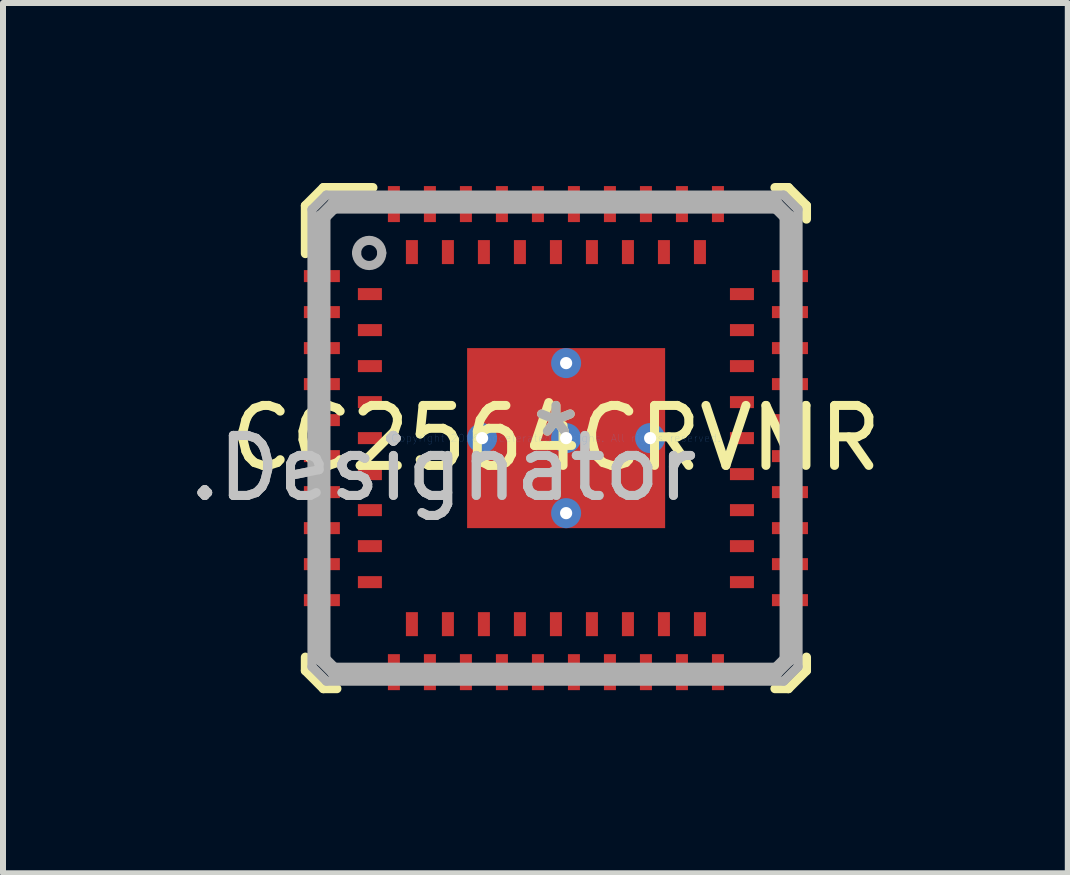
<source format=kicad_pcb>
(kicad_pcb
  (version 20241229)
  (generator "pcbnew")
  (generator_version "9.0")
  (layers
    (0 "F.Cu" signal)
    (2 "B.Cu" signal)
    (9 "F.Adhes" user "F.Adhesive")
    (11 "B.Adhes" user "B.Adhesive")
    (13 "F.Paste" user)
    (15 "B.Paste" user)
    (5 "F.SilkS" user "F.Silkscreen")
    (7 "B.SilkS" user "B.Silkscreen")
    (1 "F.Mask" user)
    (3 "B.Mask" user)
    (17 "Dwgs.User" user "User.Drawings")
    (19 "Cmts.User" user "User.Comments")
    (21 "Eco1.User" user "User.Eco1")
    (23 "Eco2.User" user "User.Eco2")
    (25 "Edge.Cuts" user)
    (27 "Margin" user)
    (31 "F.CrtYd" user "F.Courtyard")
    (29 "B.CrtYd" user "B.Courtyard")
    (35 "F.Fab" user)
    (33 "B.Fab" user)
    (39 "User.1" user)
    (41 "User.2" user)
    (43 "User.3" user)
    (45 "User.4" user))
  (footprint "CC2564CRVMR"
    (layer "F.Cu")
    (at 6.214 4.251)
    (property "Reference" "CC2564CRVMR" (at 0 0 0) (layer "F.SilkS") (effects (font (size 1 1) (thickness 0.15))))
    (attr through_hole)
    (fp_line (start -4.175 -3.875) (end -3.875 -4.175) (stroke (width 0.152) (type solid)) (layer "F.SilkS"))
    (fp_line (start -4.175 -3.075) (end -4.175 -3.875) (stroke (width 0.152) (type solid)) (layer "F.SilkS"))
    (fp_line (start -4.175 3.875) (end -4.175 3.65) (stroke (width 0.152) (type solid)) (layer "F.SilkS"))
    (fp_line (start -4.175 3.875) (end -3.875 4.175) (stroke (width 0.152) (type solid)) (layer "F.SilkS"))
    (fp_line (start -3.875 -4.175) (end -3.05 -4.175) (stroke (width 0.152) (type solid)) (layer "F.SilkS"))
    (fp_line (start -3.875 4.175) (end -3.65 4.175) (stroke (width 0.152) (type solid)) (layer "F.SilkS"))
    (fp_line (start 3.65 -4.175) (end 3.875 -4.175) (stroke (width 0.152) (type solid)) (layer "F.SilkS"))
    (fp_line (start 3.65 4.175) (end 3.875 4.175) (stroke (width 0.152) (type solid)) (layer "F.SilkS"))
    (fp_line (start 3.875 -4.175) (end 4.175 -3.875) (stroke (width 0.152) (type solid)) (layer "F.SilkS"))
    (fp_line (start 3.875 4.175) (end 4.175 3.875) (stroke (width 0.152) (type solid)) (layer "F.SilkS"))
    (fp_line (start 4.175 -3.65) (end 4.175 -3.875) (stroke (width 0.152) (type solid)) (layer "F.SilkS"))
    (fp_line (start 4.175 3.875) (end 4.175 3.65) (stroke (width 0.152) (type solid)) (layer "F.SilkS"))
    (fp_line (start -1.36 -1.358) (end -1.359 -1.368) (stroke (width 0.152) (type solid)) (layer "F.Paste"))
    (fp_line (start -1.36 -0.152) (end -1.36 -1.358) (stroke (width 0.152) (type solid)) (layer "F.Paste"))
    (fp_line (start -1.36 0.152) (end -1.359 0.142) (stroke (width 0.152) (type solid)) (layer "F.Paste"))
    (fp_line (start -1.36 1.358) (end -1.36 0.152) (stroke (width 0.152) (type solid)) (layer "F.Paste"))
    (fp_line (start -1.359 -1.368) (end -1.356 -1.378) (stroke (width 0.152) (type solid)) (layer "F.Paste"))
    (fp_line (start -1.359 -0.142) (end -1.36 -0.152) (stroke (width 0.152) (type solid)) (layer "F.Paste"))
    (fp_line (start -1.359 0.142) (end -1.356 0.132) (stroke (width 0.152) (type solid)) (layer "F.Paste"))
    (fp_line (start -1.359 1.368) (end -1.36 1.358) (stroke (width 0.152) (type solid)) (layer "F.Paste"))
    (fp_line (start -1.356 -1.378) (end -1.351 -1.387) (stroke (width 0.152) (type solid)) (layer "F.Paste"))
    (fp_line (start -1.356 -0.132) (end -1.359 -0.142) (stroke (width 0.152) (type solid)) (layer "F.Paste"))
    (fp_line (start -1.356 0.132) (end -1.351 0.123) (stroke (width 0.152) (type solid)) (layer "F.Paste"))
    (fp_line (start -1.356 1.378) (end -1.359 1.368) (stroke (width 0.152) (type solid)) (layer "F.Paste"))
    (fp_line (start -1.351 -1.387) (end -1.345 -1.395) (stroke (width 0.152) (type solid)) (layer "F.Paste"))
    (fp_line (start -1.351 -0.123) (end -1.356 -0.132) (stroke (width 0.152) (type solid)) (layer "F.Paste"))
    (fp_line (start -1.351 0.123) (end -1.345 0.115) (stroke (width 0.152) (type solid)) (layer "F.Paste"))
    (fp_line (start -1.351 1.387) (end -1.356 1.378) (stroke (width 0.152) (type solid)) (layer "F.Paste"))
    (fp_line (start -1.345 -1.395) (end -1.337 -1.401) (stroke (width 0.152) (type solid)) (layer "F.Paste"))
    (fp_line (start -1.345 -0.115) (end -1.351 -0.123) (stroke (width 0.152) (type solid)) (layer "F.Paste"))
    (fp_line (start -1.345 0.115) (end -1.337 0.109) (stroke (width 0.152) (type solid)) (layer "F.Paste"))
    (fp_line (start -1.345 1.395) (end -1.351 1.387) (stroke (width 0.152) (type solid)) (layer "F.Paste"))
    (fp_line (start -1.337 -1.401) (end -1.328 -1.406) (stroke (width 0.152) (type solid)) (layer "F.Paste"))
    (fp_line (start -1.337 -0.109) (end -1.345 -0.115) (stroke (width 0.152) (type solid)) (layer "F.Paste"))
    (fp_line (start -1.337 0.109) (end -1.328 0.104) (stroke (width 0.152) (type solid)) (layer "F.Paste"))
    (fp_line (start -1.337 1.401) (end -1.345 1.395) (stroke (width 0.152) (type solid)) (layer "F.Paste"))
    (fp_line (start -1.328 -1.406) (end -1.318 -1.409) (stroke (width 0.152) (type solid)) (layer "F.Paste"))
    (fp_line (start -1.328 -0.104) (end -1.337 -0.109) (stroke (width 0.152) (type solid)) (layer "F.Paste"))
    (fp_line (start -1.328 0.104) (end -1.318 0.101) (stroke (width 0.152) (type solid)) (layer "F.Paste"))
    (fp_line (start -1.328 1.406) (end -1.337 1.401) (stroke (width 0.152) (type solid)) (layer "F.Paste"))
    (fp_line (start -1.318 -1.409) (end -1.308 -1.41) (stroke (width 0.152) (type solid)) (layer "F.Paste"))
    (fp_line (start -1.318 -0.101) (end -1.328 -0.104) (stroke (width 0.152) (type solid)) (layer "F.Paste"))
    (fp_line (start -1.318 0.101) (end -1.308 0.1) (stroke (width 0.152) (type solid)) (layer "F.Paste"))
    (fp_line (start -1.318 1.409) (end -1.328 1.406) (stroke (width 0.152) (type solid)) (layer "F.Paste"))
    (fp_line (start -1.308 -1.41) (end 0.018 -1.41) (stroke (width 0.152) (type solid)) (layer "F.Paste"))
    (fp_line (start -1.308 -0.1) (end -1.318 -0.101) (stroke (width 0.152) (type solid)) (layer "F.Paste"))
    (fp_line (start -1.308 0.1) (end 0.018 0.1) (stroke (width 0.152) (type solid)) (layer "F.Paste"))
    (fp_line (start -1.308 1.41) (end -1.318 1.409) (stroke (width 0.152) (type solid)) (layer "F.Paste"))
    (fp_line (start 0.018 -1.41) (end 0.028 -1.409) (stroke (width 0.152) (type solid)) (layer "F.Paste"))
    (fp_line (start 0.018 -0.1) (end -1.308 -0.1) (stroke (width 0.152) (type solid)) (layer "F.Paste"))
    (fp_line (start 0.018 0.1) (end 0.028 0.101) (stroke (width 0.152) (type solid)) (layer "F.Paste"))
    (fp_line (start 0.018 1.41) (end -1.308 1.41) (stroke (width 0.152) (type solid)) (layer "F.Paste"))
    (fp_line (start 0.028 -1.409) (end 0.038 -1.406) (stroke (width 0.152) (type solid)) (layer "F.Paste"))
    (fp_line (start 0.028 -0.101) (end 0.018 -0.1) (stroke (width 0.152) (type solid)) (layer "F.Paste"))
    (fp_line (start 0.028 0.101) (end 0.038 0.104) (stroke (width 0.152) (type solid)) (layer "F.Paste"))
    (fp_line (start 0.028 1.409) (end 0.018 1.41) (stroke (width 0.152) (type solid)) (layer "F.Paste"))
    (fp_line (start 0.038 -1.406) (end 0.047 -1.401) (stroke (width 0.152) (type solid)) (layer "F.Paste"))
    (fp_line (start 0.038 -0.104) (end 0.028 -0.101) (stroke (width 0.152) (type solid)) (layer "F.Paste"))
    (fp_line (start 0.038 0.104) (end 0.047 0.109) (stroke (width 0.152) (type solid)) (layer "F.Paste"))
    (fp_line (start 0.038 1.406) (end 0.028 1.409) (stroke (width 0.152) (type solid)) (layer "F.Paste"))
    (fp_line (start 0.047 -1.401) (end 0.055 -1.395) (stroke (width 0.152) (type solid)) (layer "F.Paste"))
    (fp_line (start 0.047 -0.109) (end 0.038 -0.104) (stroke (width 0.152) (type solid)) (layer "F.Paste"))
    (fp_line (start 0.047 0.109) (end 0.055 0.115) (stroke (width 0.152) (type solid)) (layer "F.Paste"))
    (fp_line (start 0.047 1.401) (end 0.038 1.406) (stroke (width 0.152) (type solid)) (layer "F.Paste"))
    (fp_line (start 0.055 -1.395) (end 0.061 -1.387) (stroke (width 0.152) (type solid)) (layer "F.Paste"))
    (fp_line (start 0.055 -0.115) (end 0.047 -0.109) (stroke (width 0.152) (type solid)) (layer "F.Paste"))
    (fp_line (start 0.055 0.115) (end 0.061 0.123) (stroke (width 0.152) (type solid)) (layer "F.Paste"))
    (fp_line (start 0.055 1.395) (end 0.047 1.401) (stroke (width 0.152) (type solid)) (layer "F.Paste"))
    (fp_line (start 0.061 -1.387) (end 0.066 -1.378) (stroke (width 0.152) (type solid)) (layer "F.Paste"))
    (fp_line (start 0.061 -0.123) (end 0.055 -0.115) (stroke (width 0.152) (type solid)) (layer "F.Paste"))
    (fp_line (start 0.061 0.123) (end 0.066 0.132) (stroke (width 0.152) (type solid)) (layer "F.Paste"))
    (fp_line (start 0.061 1.387) (end 0.055 1.395) (stroke (width 0.152) (type solid)) (layer "F.Paste"))
    (fp_line (start 0.066 -1.378) (end 0.069 -1.368) (stroke (width 0.152) (type solid)) (layer "F.Paste"))
    (fp_line (start 0.066 -0.132) (end 0.061 -0.123) (stroke (width 0.152) (type solid)) (layer "F.Paste"))
    (fp_line (start 0.066 0.132) (end 0.069 0.142) (stroke (width 0.152) (type solid)) (layer "F.Paste"))
    (fp_line (start 0.066 1.378) (end 0.061 1.387) (stroke (width 0.152) (type solid)) (layer "F.Paste"))
    (fp_line (start 0.069 -1.368) (end 0.07 -1.358) (stroke (width 0.152) (type solid)) (layer "F.Paste"))
    (fp_line (start 0.069 -0.142) (end 0.066 -0.132) (stroke (width 0.152) (type solid)) (layer "F.Paste"))
    (fp_line (start 0.069 0.142) (end 0.07 0.152) (stroke (width 0.152) (type solid)) (layer "F.Paste"))
    (fp_line (start 0.069 1.368) (end 0.066 1.378) (stroke (width 0.152) (type solid)) (layer "F.Paste"))
    (fp_line (start 0.07 -1.358) (end 0.07 -0.152) (stroke (width 0.152) (type solid)) (layer "F.Paste"))
    (fp_line (start 0.07 -0.152) (end 0.069 -0.142) (stroke (width 0.152) (type solid)) (layer "F.Paste"))
    (fp_line (start 0.07 0.152) (end 0.07 1.358) (stroke (width 0.152) (type solid)) (layer "F.Paste"))
    (fp_line (start 0.07 1.358) (end 0.069 1.368) (stroke (width 0.152) (type solid)) (layer "F.Paste"))
    (fp_line (start 0.27 -1.358) (end 0.271 -1.368) (stroke (width 0.152) (type solid)) (layer "F.Paste"))
    (fp_line (start 0.27 -0.152) (end 0.27 -1.358) (stroke (width 0.152) (type solid)) (layer "F.Paste"))
    (fp_line (start 0.27 0.152) (end 0.271 0.142) (stroke (width 0.152) (type solid)) (layer "F.Paste"))
    (fp_line (start 0.27 1.358) (end 0.27 0.152) (stroke (width 0.152) (type solid)) (layer "F.Paste"))
    (fp_line (start 0.271 -1.368) (end 0.274 -1.378) (stroke (width 0.152) (type solid)) (layer "F.Paste"))
    (fp_line (start 0.271 -0.142) (end 0.27 -0.152) (stroke (width 0.152) (type solid)) (layer "F.Paste"))
    (fp_line (start 0.271 0.142) (end 0.274 0.132) (stroke (width 0.152) (type solid)) (layer "F.Paste"))
    (fp_line (start 0.271 1.368) (end 0.27 1.358) (stroke (width 0.152) (type solid)) (layer "F.Paste"))
    (fp_line (start 0.274 -1.378) (end 0.279 -1.387) (stroke (width 0.152) (type solid)) (layer "F.Paste"))
    (fp_line (start 0.274 -0.132) (end 0.271 -0.142) (stroke (width 0.152) (type solid)) (layer "F.Paste"))
    (fp_line (start 0.274 0.132) (end 0.279 0.123) (stroke (width 0.152) (type solid)) (layer "F.Paste"))
    (fp_line (start 0.274 1.378) (end 0.271 1.368) (stroke (width 0.152) (type solid)) (layer "F.Paste"))
    (fp_line (start 0.279 -1.387) (end 0.285 -1.395) (stroke (width 0.152) (type solid)) (layer "F.Paste"))
    (fp_line (start 0.279 -0.123) (end 0.274 -0.132) (stroke (width 0.152) (type solid)) (layer "F.Paste"))
    (fp_line (start 0.279 0.123) (end 0.285 0.115) (stroke (width 0.152) (type solid)) (layer "F.Paste"))
    (fp_line (start 0.279 1.387) (end 0.274 1.378) (stroke (width 0.152) (type solid)) (layer "F.Paste"))
    (fp_line (start 0.285 -1.395) (end 0.293 -1.401) (stroke (width 0.152) (type solid)) (layer "F.Paste"))
    (fp_line (start 0.285 -0.115) (end 0.279 -0.123) (stroke (width 0.152) (type solid)) (layer "F.Paste"))
    (fp_line (start 0.285 0.115) (end 0.293 0.109) (stroke (width 0.152) (type solid)) (layer "F.Paste"))
    (fp_line (start 0.285 1.395) (end 0.279 1.387) (stroke (width 0.152) (type solid)) (layer "F.Paste"))
    (fp_line (start 0.293 -1.401) (end 0.302 -1.406) (stroke (width 0.152) (type solid)) (layer "F.Paste"))
    (fp_line (start 0.293 -0.109) (end 0.285 -0.115) (stroke (width 0.152) (type solid)) (layer "F.Paste"))
    (fp_line (start 0.293 0.109) (end 0.302 0.104) (stroke (width 0.152) (type solid)) (layer "F.Paste"))
    (fp_line (start 0.293 1.401) (end 0.285 1.395) (stroke (width 0.152) (type solid)) (layer "F.Paste"))
    (fp_line (start 0.302 -1.406) (end 0.312 -1.409) (stroke (width 0.152) (type solid)) (layer "F.Paste"))
    (fp_line (start 0.302 -0.104) (end 0.293 -0.109) (stroke (width 0.152) (type solid)) (layer "F.Paste"))
    (fp_line (start 0.302 0.104) (end 0.312 0.101) (stroke (width 0.152) (type solid)) (layer "F.Paste"))
    (fp_line (start 0.302 1.406) (end 0.293 1.401) (stroke (width 0.152) (type solid)) (layer "F.Paste"))
    (fp_line (start 0.312 -1.409) (end 0.322 -1.41) (stroke (width 0.152) (type solid)) (layer "F.Paste"))
    (fp_line (start 0.312 -0.101) (end 0.302 -0.104) (stroke (width 0.152) (type solid)) (layer "F.Paste"))
    (fp_line (start 0.312 0.101) (end 0.322 0.1) (stroke (width 0.152) (type solid)) (layer "F.Paste"))
    (fp_line (start 0.312 1.409) (end 0.302 1.406) (stroke (width 0.152) (type solid)) (layer "F.Paste"))
    (fp_line (start 0.322 -1.41) (end 1.648 -1.41) (stroke (width 0.152) (type solid)) (layer "F.Paste"))
    (fp_line (start 0.322 -0.1) (end 0.312 -0.101) (stroke (width 0.152) (type solid)) (layer "F.Paste"))
    (fp_line (start 0.322 0.1) (end 1.648 0.1) (stroke (width 0.152) (type solid)) (layer "F.Paste"))
    (fp_line (start 0.322 1.41) (end 0.312 1.409) (stroke (width 0.152) (type solid)) (layer "F.Paste"))
    (fp_line (start 1.648 -1.41) (end 1.658 -1.409) (stroke (width 0.152) (type solid)) (layer "F.Paste"))
    (fp_line (start 1.648 -0.1) (end 0.322 -0.1) (stroke (width 0.152) (type solid)) (layer "F.Paste"))
    (fp_line (start 1.648 0.1) (end 1.658 0.101) (stroke (width 0.152) (type solid)) (layer "F.Paste"))
    (fp_line (start 1.648 1.41) (end 0.322 1.41) (stroke (width 0.152) (type solid)) (layer "F.Paste"))
    (fp_line (start 1.658 -1.409) (end 1.668 -1.406) (stroke (width 0.152) (type solid)) (layer "F.Paste"))
    (fp_line (start 1.658 -0.101) (end 1.648 -0.1) (stroke (width 0.152) (type solid)) (layer "F.Paste"))
    (fp_line (start 1.658 0.101) (end 1.668 0.104) (stroke (width 0.152) (type solid)) (layer "F.Paste"))
    (fp_line (start 1.658 1.409) (end 1.648 1.41) (stroke (width 0.152) (type solid)) (layer "F.Paste"))
    (fp_line (start 1.668 -1.406) (end 1.677 -1.401) (stroke (width 0.152) (type solid)) (layer "F.Paste"))
    (fp_line (start 1.668 -0.104) (end 1.658 -0.101) (stroke (width 0.152) (type solid)) (layer "F.Paste"))
    (fp_line (start 1.668 0.104) (end 1.677 0.109) (stroke (width 0.152) (type solid)) (layer "F.Paste"))
    (fp_line (start 1.668 1.406) (end 1.658 1.409) (stroke (width 0.152) (type solid)) (layer "F.Paste"))
    (fp_line (start 1.677 -1.401) (end 1.685 -1.395) (stroke (width 0.152) (type solid)) (layer "F.Paste"))
    (fp_line (start 1.677 -0.109) (end 1.668 -0.104) (stroke (width 0.152) (type solid)) (layer "F.Paste"))
    (fp_line (start 1.677 0.109) (end 1.685 0.115) (stroke (width 0.152) (type solid)) (layer "F.Paste"))
    (fp_line (start 1.677 1.401) (end 1.668 1.406) (stroke (width 0.152) (type solid)) (layer "F.Paste"))
    (fp_line (start 1.685 -1.395) (end 1.691 -1.387) (stroke (width 0.152) (type solid)) (layer "F.Paste"))
    (fp_line (start 1.685 -0.115) (end 1.677 -0.109) (stroke (width 0.152) (type solid)) (layer "F.Paste"))
    (fp_line (start 1.685 0.115) (end 1.691 0.123) (stroke (width 0.152) (type solid)) (layer "F.Paste"))
    (fp_line (start 1.685 1.395) (end 1.677 1.401) (stroke (width 0.152) (type solid)) (layer "F.Paste"))
    (fp_line (start 1.691 -1.387) (end 1.696 -1.378) (stroke (width 0.152) (type solid)) (layer "F.Paste"))
    (fp_line (start 1.691 -0.123) (end 1.685 -0.115) (stroke (width 0.152) (type solid)) (layer "F.Paste"))
    (fp_line (start 1.691 0.123) (end 1.696 0.132) (stroke (width 0.152) (type solid)) (layer "F.Paste"))
    (fp_line (start 1.691 1.387) (end 1.685 1.395) (stroke (width 0.152) (type solid)) (layer "F.Paste"))
    (fp_line (start 1.696 -1.378) (end 1.699 -1.368) (stroke (width 0.152) (type solid)) (layer "F.Paste"))
    (fp_line (start 1.696 -0.132) (end 1.691 -0.123) (stroke (width 0.152) (type solid)) (layer "F.Paste"))
    (fp_line (start 1.696 0.132) (end 1.699 0.142) (stroke (width 0.152) (type solid)) (layer "F.Paste"))
    (fp_line (start 1.696 1.378) (end 1.691 1.387) (stroke (width 0.152) (type solid)) (layer "F.Paste"))
    (fp_line (start 1.699 -1.368) (end 1.7 -1.358) (stroke (width 0.152) (type solid)) (layer "F.Paste"))
    (fp_line (start 1.699 -0.142) (end 1.696 -0.132) (stroke (width 0.152) (type solid)) (layer "F.Paste"))
    (fp_line (start 1.699 0.142) (end 1.7 0.152) (stroke (width 0.152) (type solid)) (layer "F.Paste"))
    (fp_line (start 1.699 1.368) (end 1.696 1.378) (stroke (width 0.152) (type solid)) (layer "F.Paste"))
    (fp_line (start 1.7 -1.358) (end 1.7 -0.152) (stroke (width 0.152) (type solid)) (layer "F.Paste"))
    (fp_line (start 1.7 -0.152) (end 1.699 -0.142) (stroke (width 0.152) (type solid)) (layer "F.Paste"))
    (fp_line (start 1.7 0.152) (end 1.7 1.358) (stroke (width 0.152) (type solid)) (layer "F.Paste"))
    (fp_line (start 1.7 1.358) (end 1.699 1.368) (stroke (width 0.152) (type solid)) (layer "F.Paste"))
    (fp_line (start -4.065 -3.81) (end -3.825 -4.05) (stroke (width 0.152) (type solid)) (layer "F.Fab"))
    (fp_line (start -4.065 3.81) (end -4.065 -3.81) (stroke (width 0.152) (type solid)) (layer "F.Fab"))
    (fp_line (start -4.065 3.81) (end -3.825 4.05) (stroke (width 0.152) (type solid)) (layer "F.Fab"))
    (fp_line (start -3.93 -3.715) (end -3.833 -3.675) (stroke (width 0.152) (type solid)) (layer "F.Fab"))
    (fp_line (start -3.93 -3.715) (end -3.73 -3.915) (stroke (width 0.152) (type solid)) (layer "F.Fab"))
    (fp_line (start -3.93 3.715) (end -3.93 -3.715) (stroke (width 0.152) (type solid)) (layer "F.Fab"))
    (fp_line (start -3.93 3.715) (end -3.833 3.675) (stroke (width 0.152) (type solid)) (layer "F.Fab"))
    (fp_line (start -3.93 3.715) (end -3.73 3.915) (stroke (width 0.152) (type solid)) (layer "F.Fab"))
    (fp_line (start -3.833 -3.675) (end -3.69 -3.818) (stroke (width 0.152) (type solid)) (layer "F.Fab"))
    (fp_line (start -3.833 3.675) (end -3.833 -3.675) (stroke (width 0.152) (type solid)) (layer "F.Fab"))
    (fp_line (start -3.833 3.675) (end -3.69 3.818) (stroke (width 0.152) (type solid)) (layer "F.Fab"))
    (fp_line (start -3.825 -4.05) (end 3.795 -4.05) (stroke (width 0.152) (type solid)) (layer "F.Fab"))
    (fp_line (start -3.825 4.05) (end 3.795 4.05) (stroke (width 0.152) (type solid)) (layer "F.Fab"))
    (fp_line (start -3.73 -3.915) (end -3.69 -3.818) (stroke (width 0.152) (type solid)) (layer "F.Fab"))
    (fp_line (start -3.73 -3.915) (end 3.7 -3.915) (stroke (width 0.152) (type solid)) (layer "F.Fab"))
    (fp_line (start -3.73 3.915) (end -3.69 3.818) (stroke (width 0.152) (type solid)) (layer "F.Fab"))
    (fp_line (start -3.73 3.915) (end 3.7 3.915) (stroke (width 0.152) (type solid)) (layer "F.Fab"))
    (fp_line (start -3.69 -3.818) (end 3.66 -3.818) (stroke (width 0.152) (type solid)) (layer "F.Fab"))
    (fp_line (start -3.69 3.818) (end 3.66 3.818) (stroke (width 0.152) (type solid)) (layer "F.Fab"))
    (fp_line (start 3.66 -3.818) (end 3.7 -3.915) (stroke (width 0.152) (type solid)) (layer "F.Fab"))
    (fp_line (start 3.66 -3.818) (end 3.803 -3.675) (stroke (width 0.152) (type solid)) (layer "F.Fab"))
    (fp_line (start 3.66 3.818) (end 3.7 3.915) (stroke (width 0.152) (type solid)) (layer "F.Fab"))
    (fp_line (start 3.66 3.818) (end 3.803 3.675) (stroke (width 0.152) (type solid)) (layer "F.Fab"))
    (fp_line (start 3.7 -3.915) (end 3.9 -3.715) (stroke (width 0.152) (type solid)) (layer "F.Fab"))
    (fp_line (start 3.7 3.915) (end 3.9 3.715) (stroke (width 0.152) (type solid)) (layer "F.Fab"))
    (fp_line (start 3.795 -4.05) (end 4.035 -3.81) (stroke (width 0.152) (type solid)) (layer "F.Fab"))
    (fp_line (start 3.795 4.05) (end 4.035 3.81) (stroke (width 0.152) (type solid)) (layer "F.Fab"))
    (fp_line (start 3.803 -3.675) (end 3.9 -3.715) (stroke (width 0.152) (type solid)) (layer "F.Fab"))
    (fp_line (start 3.803 3.675) (end 3.803 -3.675) (stroke (width 0.152) (type solid)) (layer "F.Fab"))
    (fp_line (start 3.803 3.675) (end 3.9 3.715) (stroke (width 0.152) (type solid)) (layer "F.Fab"))
    (fp_line (start 3.9 3.715) (end 3.9 -3.715) (stroke (width 0.152) (type solid)) (layer "F.Fab"))
    (fp_line (start 4.035 3.81) (end 4.035 -3.81) (stroke (width 0.152) (type solid)) (layer "F.Fab"))
    (fp_arc (start -3.3217 -3.085826) (mid -3.111884 -3.295642) (end -2.902068 -3.085826) (stroke (width 0.1524) (type solid)) (layer "F.Fab"))
    (fp_arc (start -2.902067 -3.085826) (mid -3.111884 -2.876009) (end -3.321701 -3.085826) (stroke (width 0.1524) (type solid)) (layer "F.Fab"))
    (fp_text user "*" (at 0 0 0) (layer "F.SilkS") (effects (font (size 1 1) (thickness 0.15))))
    (fp_text user ".Designator" (at -1.875 0.5 0) (layer "Dwgs.User") (effects (font (size 1 1) (thickness 0.15))))
    (fp_text user "Copyright 2016 Accelerated Designs. All rights reserved." (at 0 0 0) (layer "Cmts.User") (effects (font (size 0.127 0.127) (thickness 0.002))))
    (fp_text user "*" (at 0 0 0) (layer "F.Fab") (effects (font (size 1 1) (thickness 0.15))))
    (fp_text user ".Designator" (at -1.875 0.5 0) (layer "F.Fab") (effects (font (size 1 1) (thickness 0.15))))
    (pad "A1" smd rect (at -3.9 -2.7) (size 0.6 0.2) (layers "F.Cu" "F.Mask" "F.Paste"))
    (pad "A2" smd rect (at -3.9 -2.1) (size 0.6 0.2) (layers "F.Cu" "F.Mask" "F.Paste"))
    (pad "A3" smd rect (at -3.9 -1.5) (size 0.6 0.2) (layers "F.Cu" "F.Mask" "F.Paste"))
    (pad "A4" smd rect (at -3.9 -0.9) (size 0.6 0.2) (layers "F.Cu" "F.Mask" "F.Paste"))
    (pad "A5" smd rect (at -3.9 -0.3) (size 0.6 0.2) (layers "F.Cu" "F.Mask" "F.Paste"))
    (pad "A6" smd rect (at -3.9 0.3) (size 0.6 0.2) (layers "F.Cu" "F.Mask" "F.Paste"))
    (pad "A7" smd rect (at -3.9 0.9) (size 0.6 0.2) (layers "F.Cu" "F.Mask" "F.Paste"))
    (pad "A8" smd rect (at -3.9 1.5) (size 0.6 0.2) (layers "F.Cu" "F.Mask" "F.Paste"))
    (pad "A9" smd rect (at -3.9 2.1) (size 0.6 0.2) (layers "F.Cu" "F.Mask" "F.Paste"))
    (pad "A10" smd rect (at -3.9 2.7) (size 0.6 0.2) (layers "F.Cu" "F.Mask" "F.Paste"))
    (pad "A11" smd rect (at -2.7 3.9 90) (size 0.6 0.2) (layers "F.Cu" "F.Mask" "F.Paste"))
    (pad "A12" smd rect (at -2.1 3.9 90) (size 0.6 0.2) (layers "F.Cu" "F.Mask" "F.Paste"))
    (pad "A13" smd rect (at -1.5 3.9 90) (size 0.6 0.2) (layers "F.Cu" "F.Mask" "F.Paste"))
    (pad "A14" smd rect (at -0.9 3.9 90) (size 0.6 0.2) (layers "F.Cu" "F.Mask" "F.Paste"))
    (pad "A15" smd rect (at -0.3 3.9 90) (size 0.6 0.2) (layers "F.Cu" "F.Mask" "F.Paste"))
    (pad "A16" smd rect (at 0.3 3.9 90) (size 0.6 0.2) (layers "F.Cu" "F.Mask" "F.Paste"))
    (pad "A17" smd rect (at 0.9 3.9 90) (size 0.6 0.2) (layers "F.Cu" "F.Mask" "F.Paste"))
    (pad "A18" smd rect (at 1.5 3.9 90) (size 0.6 0.2) (layers "F.Cu" "F.Mask" "F.Paste"))
    (pad "A19" smd rect (at 2.1 3.9 90) (size 0.6 0.2) (layers "F.Cu" "F.Mask" "F.Paste"))
    (pad "A20" smd rect (at 2.7 3.9 90) (size 0.6 0.2) (layers "F.Cu" "F.Mask" "F.Paste"))
    (pad "A21" smd rect (at 3.9 2.7) (size 0.6 0.2) (layers "F.Cu" "F.Mask" "F.Paste"))
    (pad "A22" smd rect (at 3.9 2.1) (size 0.6 0.2) (layers "F.Cu" "F.Mask" "F.Paste"))
    (pad "A23" smd rect (at 3.9 1.5) (size 0.6 0.2) (layers "F.Cu" "F.Mask" "F.Paste"))
    (pad "A24" smd rect (at 3.9 0.9) (size 0.6 0.2) (layers "F.Cu" "F.Mask" "F.Paste"))
    (pad "A25" smd rect (at 3.9 0.3) (size 0.6 0.2) (layers "F.Cu" "F.Mask" "F.Paste"))
    (pad "A26" smd rect (at 3.9 -0.3) (size 0.6 0.2) (layers "F.Cu" "F.Mask" "F.Paste"))
    (pad "A27" smd rect (at 3.9 -0.9) (size 0.6 0.2) (layers "F.Cu" "F.Mask" "F.Paste"))
    (pad "A28" smd rect (at 3.9 -1.5) (size 0.6 0.2) (layers "F.Cu" "F.Mask" "F.Paste"))
    (pad "A29" smd rect (at 3.9 -2.1) (size 0.6 0.2) (layers "F.Cu" "F.Mask" "F.Paste"))
    (pad "A30" smd rect (at 3.9 -2.7) (size 0.6 0.2) (layers "F.Cu" "F.Mask" "F.Paste"))
    (pad "A31" smd rect (at 2.7 -3.9 90) (size 0.6 0.2) (layers "F.Cu" "F.Mask" "F.Paste"))
    (pad "A32" smd rect (at 2.1 -3.9 90) (size 0.6 0.2) (layers "F.Cu" "F.Mask" "F.Paste"))
    (pad "A33" smd rect (at 1.5 -3.9 90) (size 0.6 0.2) (layers "F.Cu" "F.Mask" "F.Paste"))
    (pad "A34" smd rect (at 0.9 -3.9 90) (size 0.6 0.2) (layers "F.Cu" "F.Mask" "F.Paste"))
    (pad "A35" smd rect (at 0.3 -3.9 90) (size 0.6 0.2) (layers "F.Cu" "F.Mask" "F.Paste"))
    (pad "A36" smd rect (at -0.3 -3.9 90) (size 0.6 0.2) (layers "F.Cu" "F.Mask" "F.Paste"))
    (pad "A37" smd rect (at -0.9 -3.9 90) (size 0.6 0.2) (layers "F.Cu" "F.Mask" "F.Paste"))
    (pad "A38" smd rect (at -1.5 -3.9 90) (size 0.6 0.2) (layers "F.Cu" "F.Mask" "F.Paste"))
    (pad "A39" smd rect (at -2.1 -3.9 90) (size 0.6 0.2) (layers "F.Cu" "F.Mask" "F.Paste"))
    (pad "A40" smd rect (at -2.7 -3.9 90) (size 0.6 0.2) (layers "F.Cu" "F.Mask" "F.Paste"))
    (pad "B1" smd rect (at -3.1 -2.4) (size 0.4 0.2) (layers "F.Cu" "F.Mask" "F.Paste"))
    (pad "B2" smd rect (at -3.1 -1.8) (size 0.4 0.2) (layers "F.Cu" "F.Mask" "F.Paste"))
    (pad "B3" smd rect (at -3.1 -1.2) (size 0.4 0.2) (layers "F.Cu" "F.Mask" "F.Paste"))
    (pad "B4" smd rect (at -3.1 -0.6) (size 0.4 0.2) (layers "F.Cu" "F.Mask" "F.Paste"))
    (pad "B5" smd rect (at -3.1 0) (size 0.4 0.2) (layers "F.Cu" "F.Mask" "F.Paste"))
    (pad "B6" smd rect (at -3.1 0.6) (size 0.4 0.2) (layers "F.Cu" "F.Mask" "F.Paste"))
    (pad "B7" smd rect (at -3.1 1.2) (size 0.4 0.2) (layers "F.Cu" "F.Mask" "F.Paste"))
    (pad "B8" smd rect (at -3.1 1.8) (size 0.4 0.2) (layers "F.Cu" "F.Mask" "F.Paste"))
    (pad "B9" smd rect (at -3.1 2.4) (size 0.4 0.2) (layers "F.Cu" "F.Mask" "F.Paste"))
    (pad "B10" smd rect (at -2.4 3.1 90) (size 0.4 0.2) (layers "F.Cu" "F.Mask" "F.Paste"))
    (pad "B11" smd rect (at -1.8 3.1 90) (size 0.4 0.2) (layers "F.Cu" "F.Mask" "F.Paste"))
    (pad "B12" smd rect (at -1.2 3.1 90) (size 0.4 0.2) (layers "F.Cu" "F.Mask" "F.Paste"))
    (pad "B13" smd rect (at -0.6 3.1 90) (size 0.4 0.2) (layers "F.Cu" "F.Mask" "F.Paste"))
    (pad "B14" smd rect (at 0 3.1 90) (size 0.4 0.2) (layers "F.Cu" "F.Mask" "F.Paste"))
    (pad "B15" smd rect (at 0.6 3.1 90) (size 0.4 0.2) (layers "F.Cu" "F.Mask" "F.Paste"))
    (pad "B16" smd rect (at 1.2 3.1 90) (size 0.4 0.2) (layers "F.Cu" "F.Mask" "F.Paste"))
    (pad "B17" smd rect (at 1.8 3.1 90) (size 0.4 0.2) (layers "F.Cu" "F.Mask" "F.Paste"))
    (pad "B18" smd rect (at 2.4 3.1 90) (size 0.4 0.2) (layers "F.Cu" "F.Mask" "F.Paste"))
    (pad "B19" smd rect (at 3.1 2.4) (size 0.4 0.2) (layers "F.Cu" "F.Mask" "F.Paste"))
    (pad "B20" smd rect (at 3.1 1.8) (size 0.4 0.2) (layers "F.Cu" "F.Mask" "F.Paste"))
    (pad "B21" smd rect (at 3.1 1.2) (size 0.4 0.2) (layers "F.Cu" "F.Mask" "F.Paste"))
    (pad "B22" smd rect (at 3.1 0.6) (size 0.4 0.2) (layers "F.Cu" "F.Mask" "F.Paste"))
    (pad "B23" smd rect (at 3.1 0) (size 0.4 0.2) (layers "F.Cu" "F.Mask" "F.Paste"))
    (pad "B24" smd rect (at 3.1 -0.6) (size 0.4 0.2) (layers "F.Cu" "F.Mask" "F.Paste"))
    (pad "B25" smd rect (at 3.1 -1.2) (size 0.4 0.2) (layers "F.Cu" "F.Mask" "F.Paste"))
    (pad "B26" smd rect (at 3.1 -1.8) (size 0.4 0.2) (layers "F.Cu" "F.Mask" "F.Paste"))
    (pad "B27" smd rect (at 3.1 -2.4) (size 0.4 0.2) (layers "F.Cu" "F.Mask" "F.Paste"))
    (pad "B28" smd rect (at 2.4 -3.1 90) (size 0.4 0.2) (layers "F.Cu" "F.Mask" "F.Paste"))
    (pad "B29" smd rect (at 1.8 -3.1 90) (size 0.4 0.2) (layers "F.Cu" "F.Mask" "F.Paste"))
    (pad "B30" smd rect (at 1.2 -3.1 90) (size 0.4 0.2) (layers "F.Cu" "F.Mask" "F.Paste"))
    (pad "B31" smd rect (at 0.6 -3.1 90) (size 0.4 0.2) (layers "F.Cu" "F.Mask" "F.Paste"))
    (pad "B32" smd rect (at 0 -3.1 90) (size 0.4 0.2) (layers "F.Cu" "F.Mask" "F.Paste"))
    (pad "B33" smd rect (at -0.6 -3.1 90) (size 0.4 0.2) (layers "F.Cu" "F.Mask" "F.Paste"))
    (pad "B34" smd rect (at -1.2 -3.1 90) (size 0.4 0.2) (layers "F.Cu" "F.Mask" "F.Paste"))
    (pad "B35" smd rect (at -1.8 -3.1 90) (size 0.4 0.2) (layers "F.Cu" "F.Mask" "F.Paste"))
    (pad "B36" smd rect (at -2.4 -3.1 90) (size 0.4 0.2) (layers "F.Cu" "F.Mask" "F.Paste"))
    (pad "D1" smd rect (at 0.17 0 90) (size 3 3.3) (layers "F.Cu" "F.Mask" "F.Paste"))
    (pad "V" thru_hole circle (at -1.23 0) (size 0.5 0.5) (drill 0.203) (layers "*.Cu" "*.Mask"))
    (pad "V" thru_hole circle (at 0.17 -1.25) (size 0.5 0.5) (drill 0.203) (layers "*.Cu" "*.Mask"))
    (pad "V" thru_hole circle (at 0.17 0) (size 0.5 0.5) (drill 0.203) (layers "*.Cu" "*.Mask"))
    (pad "V" thru_hole circle (at 0.17 1.25) (size 0.5 0.5) (drill 0.203) (layers "*.Cu" "*.Mask"))
    (pad "V" thru_hole circle (at 1.57 0) (size 0.5 0.5) (drill 0.203) (layers "*.Cu" "*.Mask")))
  (gr_rect
    (start -3 -3)
    (end 14.744 11.502)
    (stroke (width 0.1) (type default))
    (fill no)
    (layer "Edge.Cuts")))
</source>
